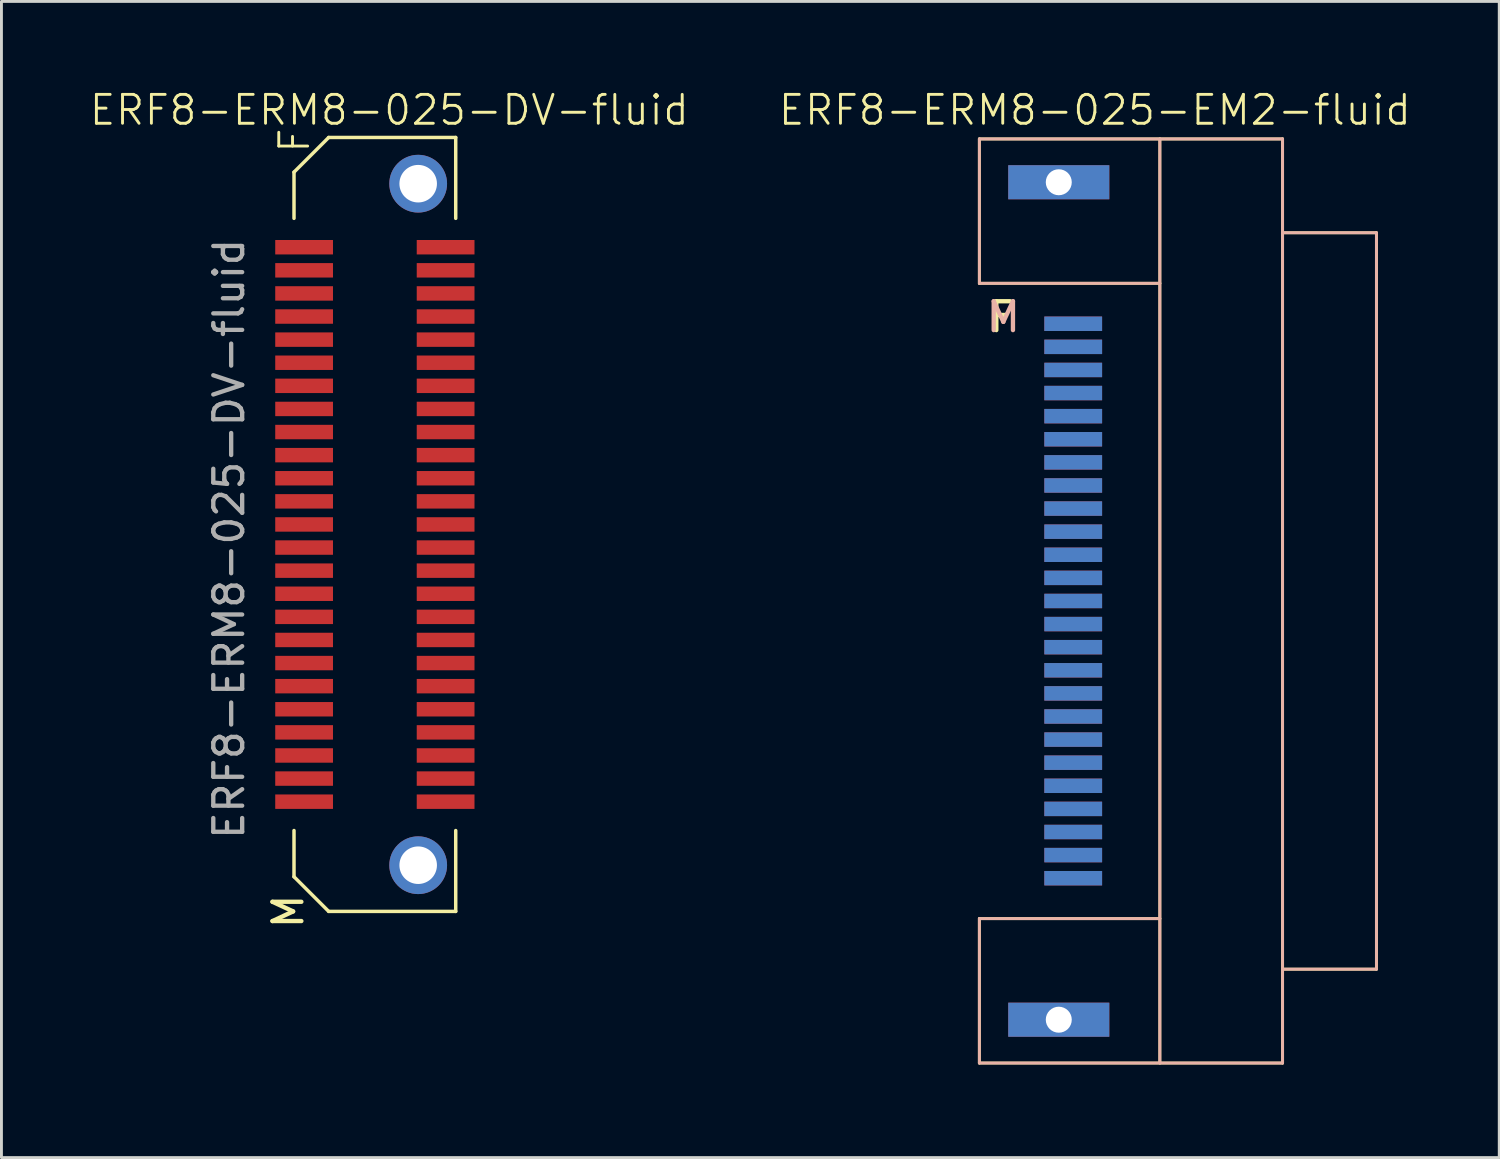
<source format=kicad_pcb>
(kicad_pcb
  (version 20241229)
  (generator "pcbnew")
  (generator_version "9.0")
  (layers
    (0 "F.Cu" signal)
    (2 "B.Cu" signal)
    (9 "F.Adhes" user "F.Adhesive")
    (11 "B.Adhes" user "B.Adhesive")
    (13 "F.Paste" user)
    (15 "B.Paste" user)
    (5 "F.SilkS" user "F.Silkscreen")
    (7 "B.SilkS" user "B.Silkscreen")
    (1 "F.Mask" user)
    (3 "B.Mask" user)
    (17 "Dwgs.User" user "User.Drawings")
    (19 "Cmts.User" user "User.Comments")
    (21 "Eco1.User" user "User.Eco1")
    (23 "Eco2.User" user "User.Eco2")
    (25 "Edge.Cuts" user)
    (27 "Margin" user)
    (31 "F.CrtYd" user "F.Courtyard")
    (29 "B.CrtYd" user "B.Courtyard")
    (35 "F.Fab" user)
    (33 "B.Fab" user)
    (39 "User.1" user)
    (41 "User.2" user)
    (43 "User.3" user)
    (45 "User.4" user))
  (footprint "ERF8-ERM8-025-DV-fluid"
    (layer "F.Cu")
    (at 9.931 15.111)
    (property "Reference" "ERF8-ERM8-025-DV-fluid" (at 0.5 -14.35 0) (unlocked yes) (layer "F.SilkS") (effects (font (size 1 1) (thickness 0.1))))
    (attr smd)
    (fp_line (start -2.8 10.599) (end -2.8 12.199) (stroke (width 0.12) (type solid)) (layer "F.SilkS"))
    (fp_line (start -2.8 12.199) (end -1.6 13.399) (stroke (width 0.12) (type solid)) (layer "F.SilkS"))
    (fp_line (start -2.8 -12.2) (end -1.6 -13.4) (stroke (width 0.12) (type solid)) (layer "F.SilkS"))
    (fp_line (start -2.8 -10.6) (end -2.8 -12.2) (stroke (width 0.12) (type solid)) (layer "F.SilkS"))
    (fp_line (start -1.6 13.399) (end 2.8 13.399) (stroke (width 0.12) (type solid)) (layer "F.SilkS"))
    (fp_line (start -1.6 -13.4) (end 2.8 -13.4) (stroke (width 0.12) (type solid)) (layer "F.SilkS"))
    (fp_line (start 2.8 -10.6) (end 2.8 -13.4) (stroke (width 0.12) (type solid)) (layer "F.SilkS"))
    (fp_line (start 2.8 10.6) (end 2.8 13.4) (stroke (width 0.12) (type solid)) (layer "F.SilkS"))
    (fp_text user "F" (at -2.2 -12.8 90) (unlocked yes) (layer "F.SilkS") (effects (font (size 1 1) (thickness 0.1)) (justify left bottom)))
    (fp_text user "M" (at -3 13.4 90) (unlocked yes) (layer "F.SilkS") (effects (font (size 1 1) (thickness 0.15))))
    (fp_text user "${REFERENCE}" (at -5.05 0.5 90) (unlocked yes) (layer "F.Fab") (effects (font (size 1 1) (thickness 0.15))))
    (pad "1" smd rect (at -2.45 -9.6) (size 2 0.5) (layers "F.Cu" "F.Mask" "F.Paste"))
    (pad "2" smd rect (at 2.45 -9.6) (size 2 0.5) (layers "F.Cu" "F.Mask" "F.Paste"))
    (pad "3" smd rect (at -2.45 -8.8) (size 2 0.5) (layers "F.Cu" "F.Mask" "F.Paste"))
    (pad "4" smd rect (at 2.45 -8.8) (size 2 0.5) (layers "F.Cu" "F.Mask" "F.Paste"))
    (pad "5" smd rect (at -2.45 -8) (size 2 0.5) (layers "F.Cu" "F.Mask" "F.Paste"))
    (pad "6" smd rect (at 2.45 -8) (size 2 0.5) (layers "F.Cu" "F.Mask" "F.Paste"))
    (pad "7" smd rect (at -2.45 -7.2) (size 2 0.5) (layers "F.Cu" "F.Mask" "F.Paste"))
    (pad "8" smd rect (at 2.45 -7.2) (size 2 0.5) (layers "F.Cu" "F.Mask" "F.Paste"))
    (pad "9" smd rect (at -2.45 -6.4) (size 2 0.5) (layers "F.Cu" "F.Mask" "F.Paste"))
    (pad "10" smd rect (at 2.45 -6.4) (size 2 0.5) (layers "F.Cu" "F.Mask" "F.Paste"))
    (pad "11" smd rect (at -2.45 -5.6) (size 2 0.5) (layers "F.Cu" "F.Mask" "F.Paste"))
    (pad "12" smd rect (at 2.45 -5.6) (size 2 0.5) (layers "F.Cu" "F.Mask" "F.Paste"))
    (pad "13" smd rect (at -2.45 -4.8) (size 2 0.5) (layers "F.Cu" "F.Mask" "F.Paste"))
    (pad "14" smd rect (at 2.45 -4.8) (size 2 0.5) (layers "F.Cu" "F.Mask" "F.Paste"))
    (pad "15" smd rect (at -2.45 -4) (size 2 0.5) (layers "F.Cu" "F.Mask" "F.Paste"))
    (pad "16" smd rect (at 2.45 -4) (size 2 0.5) (layers "F.Cu" "F.Mask" "F.Paste"))
    (pad "17" smd rect (at -2.45 -3.2) (size 2 0.5) (layers "F.Cu" "F.Mask" "F.Paste"))
    (pad "18" smd rect (at 2.45 -3.2) (size 2 0.5) (layers "F.Cu" "F.Mask" "F.Paste"))
    (pad "19" smd rect (at -2.45 -2.4) (size 2 0.5) (layers "F.Cu" "F.Mask" "F.Paste"))
    (pad "20" smd rect (at 2.45 -2.4) (size 2 0.5) (layers "F.Cu" "F.Mask" "F.Paste"))
    (pad "21" smd rect (at -2.45 -1.6) (size 2 0.5) (layers "F.Cu" "F.Mask" "F.Paste"))
    (pad "22" smd rect (at 2.45 -1.6) (size 2 0.5) (layers "F.Cu" "F.Mask" "F.Paste"))
    (pad "23" smd rect (at -2.45 -0.8) (size 2 0.5) (layers "F.Cu" "F.Mask" "F.Paste"))
    (pad "24" smd rect (at 2.45 -0.8) (size 2 0.5) (layers "F.Cu" "F.Mask" "F.Paste"))
    (pad "25" smd rect (at -2.45 0) (size 2 0.5) (layers "F.Cu" "F.Mask" "F.Paste"))
    (pad "26" smd rect (at 2.45 0) (size 2 0.5) (layers "F.Cu" "F.Mask" "F.Paste"))
    (pad "27" smd rect (at -2.45 0.8) (size 2 0.5) (layers "F.Cu" "F.Mask" "F.Paste"))
    (pad "28" smd rect (at 2.45 0.8) (size 2 0.5) (layers "F.Cu" "F.Mask" "F.Paste"))
    (pad "29" smd rect (at -2.45 1.6) (size 2 0.5) (layers "F.Cu" "F.Mask" "F.Paste"))
    (pad "30" smd rect (at 2.45 1.6) (size 2 0.5) (layers "F.Cu" "F.Mask" "F.Paste"))
    (pad "31" smd rect (at -2.45 2.4) (size 2 0.5) (layers "F.Cu" "F.Mask" "F.Paste"))
    (pad "32" smd rect (at 2.45 2.4) (size 2 0.5) (layers "F.Cu" "F.Mask" "F.Paste"))
    (pad "33" smd rect (at -2.45 3.2) (size 2 0.5) (layers "F.Cu" "F.Mask" "F.Paste"))
    (pad "34" smd rect (at 2.45 3.2) (size 2 0.5) (layers "F.Cu" "F.Mask" "F.Paste"))
    (pad "35" smd rect (at -2.45 4) (size 2 0.5) (layers "F.Cu" "F.Mask" "F.Paste"))
    (pad "36" smd rect (at 2.45 4) (size 2 0.5) (layers "F.Cu" "F.Mask" "F.Paste"))
    (pad "37" smd rect (at -2.45 4.8) (size 2 0.5) (layers "F.Cu" "F.Mask" "F.Paste"))
    (pad "38" smd rect (at 2.45 4.8) (size 2 0.5) (layers "F.Cu" "F.Mask" "F.Paste"))
    (pad "39" smd rect (at -2.45 5.6) (size 2 0.5) (layers "F.Cu" "F.Mask" "F.Paste"))
    (pad "40" smd rect (at 2.45 5.6) (size 2 0.5) (layers "F.Cu" "F.Mask" "F.Paste"))
    (pad "41" smd rect (at -2.45 6.4) (size 2 0.5) (layers "F.Cu" "F.Mask" "F.Paste"))
    (pad "42" smd rect (at 2.45 6.4) (size 2 0.5) (layers "F.Cu" "F.Mask" "F.Paste"))
    (pad "43" smd rect (at -2.45 7.2) (size 2 0.5) (layers "F.Cu" "F.Mask" "F.Paste"))
    (pad "44" smd rect (at 2.45 7.2) (size 2 0.5) (layers "F.Cu" "F.Mask" "F.Paste"))
    (pad "45" smd rect (at -2.45 8) (size 2 0.5) (layers "F.Cu" "F.Mask" "F.Paste"))
    (pad "46" smd rect (at 2.45 8) (size 2 0.5) (layers "F.Cu" "F.Mask" "F.Paste"))
    (pad "47" smd rect (at -2.45 8.8) (size 2 0.5) (layers "F.Cu" "F.Mask" "F.Paste"))
    (pad "48" smd rect (at 2.45 8.8) (size 2 0.5) (layers "F.Cu" "F.Mask" "F.Paste"))
    (pad "49" smd rect (at -2.45 9.6) (size 2 0.5) (layers "F.Cu" "F.Mask" "F.Paste"))
    (pad "50" smd rect (at 2.45 9.6) (size 2 0.5) (layers "F.Cu" "F.Mask" "F.Paste"))
    (pad "G1" thru_hole circle (at 1.5 11.8 180) (size 2 2) (drill 1.3) (layers "*.Cu" "*.Mask"))
    (pad "G2" thru_hole circle (at 1.5 -11.8 180) (size 2 2) (drill 1.3) (layers "*.Cu" "*.Mask")))
  (footprint "ERF8-ERM8-025-EM2-fluid"
    (layer "F.Cu")
    (at 37.114 17.761)
    (property "Reference" "ERF8-ERM8-025-EM2-fluid" (at -2.25 -17 0) (unlocked yes) (layer "F.SilkS") (effects (font (size 1 1) (thickness 0.1))))
    (attr through_hole)
    (fp_line (start -6.25 -16) (end 4.25 -16) (stroke (width 0.1) (type default)) (layer "F.SilkS"))
    (fp_line (start -6.25 -11) (end -6.25 -16) (stroke (width 0.1) (type default)) (layer "F.SilkS"))
    (fp_line (start -6.25 -11) (end 0 -11) (stroke (width 0.1) (type default)) (layer "F.SilkS"))
    (fp_line (start -6.25 11) (end 0 11) (stroke (width 0.1) (type default)) (layer "F.SilkS"))
    (fp_line (start -6.25 16) (end -6.25 11) (stroke (width 0.1) (type default)) (layer "F.SilkS"))
    (fp_line (start -6.25 16) (end 4.25 16) (stroke (width 0.1) (type default)) (layer "F.SilkS"))
    (fp_line (start 0 -16) (end 0 16) (stroke (width 0.1) (type default)) (layer "F.SilkS"))
    (fp_line (start 4.25 -16) (end 4.25 16) (stroke (width 0.1) (type default)) (layer "F.SilkS"))
    (fp_line (start 7.5 -12.75) (end 4.25 -12.75) (stroke (width 0.1) (type default)) (layer "F.SilkS"))
    (fp_line (start 7.5 -12.75) (end 7.5 12.75) (stroke (width 0.1) (type default)) (layer "F.SilkS"))
    (fp_line (start 7.5 12.75) (end 4.25 12.75) (stroke (width 0.1) (type default)) (layer "F.SilkS"))
    (fp_line (start -6.25 -11) (end -6.25 -16) (stroke (width 0.1) (type default)) (layer "B.SilkS"))
    (fp_line (start -6.25 16) (end -6.25 11) (stroke (width 0.1) (type default)) (layer "B.SilkS"))
    (fp_line (start 0 -16) (end 0 16) (stroke (width 0.1) (type default)) (layer "B.SilkS"))
    (fp_line (start 0 -11) (end -6.25 -11) (stroke (width 0.1) (type default)) (layer "B.SilkS"))
    (fp_line (start 0 11) (end -6.25 11) (stroke (width 0.1) (type default)) (layer "B.SilkS"))
    (fp_line (start 4.25 -16) (end -6.25 -16) (stroke (width 0.1) (type default)) (layer "B.SilkS"))
    (fp_line (start 4.25 -16) (end 4.25 16) (stroke (width 0.1) (type default)) (layer "B.SilkS"))
    (fp_line (start 4.25 -12.75) (end 7.5 -12.75) (stroke (width 0.1) (type default)) (layer "B.SilkS"))
    (fp_line (start 4.25 12.75) (end 7.5 12.75) (stroke (width 0.1) (type default)) (layer "B.SilkS"))
    (fp_line (start 4.25 16) (end -6.25 16) (stroke (width 0.1) (type default)) (layer "B.SilkS"))
    (fp_line (start 7.5 -12.75) (end 7.5 12.75) (stroke (width 0.1) (type default)) (layer "B.SilkS"))
    (fp_rect (start -4 -13) (end 0 -11) (stroke (width 0.05) (type default)) (fill no) (layer "User.1"))
    (fp_poly (pts (xy 0 -16.25) (xy 0.25 -16.25) (xy 0.25 16.25) (xy 0 16.25) (xy 0 -10.5) (xy -0.375 -10.875) (xy -4.125 -10.875) (xy -4.25 -11) (xy -4.25 -13) (xy -3.75 -13.5) (xy -2.75 -13.5) (xy -2.25 -13.125) (xy -0.375 -13.125) (xy 0 -13.5)) (stroke (width 0.05) (type solid)) (fill no) (layer "User.4"))
    (fp_text user "F" (at -6 -9.25 0) (unlocked yes) (layer "F.SilkS") (effects (font (size 1 1) (thickness 0.15)) (justify left bottom)))
    (fp_text user "M" (at -4.75 -9.25 0) (unlocked yes) (layer "B.SilkS") (effects (font (size 1 1) (thickness 0.15)) (justify left bottom mirror)))
    (pad "1" smd rect (at -3 -9.6) (size 2 0.5) (layers "F.Cu" "F.Mask" "F.Paste"))
    (pad "2" smd rect (at -3 -9.6) (size 2 0.5) (layers "B.Cu" "B.Mask" "B.Paste"))
    (pad "3" smd rect (at -3 -8.8) (size 2 0.5) (layers "F.Cu" "F.Mask" "F.Paste"))
    (pad "4" smd rect (at -3 -8.8) (size 2 0.5) (layers "B.Cu" "B.Mask" "B.Paste"))
    (pad "5" smd rect (at -3 -8) (size 2 0.5) (layers "F.Cu" "F.Mask" "F.Paste"))
    (pad "6" smd rect (at -3 -8) (size 2 0.5) (layers "B.Cu" "B.Mask" "B.Paste"))
    (pad "7" smd rect (at -3 -7.2) (size 2 0.5) (layers "F.Cu" "F.Mask" "F.Paste"))
    (pad "8" smd rect (at -3 -7.2) (size 2 0.5) (layers "B.Cu" "B.Mask" "B.Paste"))
    (pad "9" smd rect (at -3 -6.4) (size 2 0.5) (layers "F.Cu" "F.Mask" "F.Paste"))
    (pad "10" smd rect (at -3 -6.4) (size 2 0.5) (layers "B.Cu" "B.Mask" "B.Paste"))
    (pad "11" smd rect (at -3 -5.6) (size 2 0.5) (layers "F.Cu" "F.Mask" "F.Paste"))
    (pad "12" smd rect (at -3 -5.6) (size 2 0.5) (layers "B.Cu" "B.Mask" "B.Paste"))
    (pad "13" smd rect (at -3 -4.8) (size 2 0.5) (layers "F.Cu" "F.Mask" "F.Paste"))
    (pad "14" smd rect (at -3 -4.8) (size 2 0.5) (layers "B.Cu" "B.Mask" "B.Paste"))
    (pad "15" smd rect (at -3 -4) (size 2 0.5) (layers "F.Cu" "F.Mask" "F.Paste"))
    (pad "16" smd rect (at -3 -4) (size 2 0.5) (layers "B.Cu" "B.Mask" "B.Paste"))
    (pad "17" smd rect (at -3 -3.2) (size 2 0.5) (layers "F.Cu" "F.Mask" "F.Paste"))
    (pad "18" smd rect (at -3 -3.2) (size 2 0.5) (layers "B.Cu" "B.Mask" "B.Paste"))
    (pad "19" smd rect (at -3 -2.4) (size 2 0.5) (layers "F.Cu" "F.Mask" "F.Paste"))
    (pad "20" smd rect (at -3 -2.4) (size 2 0.5) (layers "B.Cu" "B.Mask" "B.Paste"))
    (pad "21" smd rect (at -3 -1.6) (size 2 0.5) (layers "F.Cu" "F.Mask" "F.Paste"))
    (pad "22" smd rect (at -3 -1.6) (size 2 0.5) (layers "B.Cu" "B.Mask" "B.Paste"))
    (pad "23" smd rect (at -3 -0.8) (size 2 0.5) (layers "F.Cu" "F.Mask" "F.Paste"))
    (pad "24" smd rect (at -3 -0.8) (size 2 0.5) (layers "B.Cu" "B.Mask" "B.Paste"))
    (pad "25" smd rect (at -3 0) (size 2 0.5) (layers "F.Cu" "F.Mask" "F.Paste"))
    (pad "26" smd rect (at -3 0) (size 2 0.5) (layers "B.Cu" "B.Mask" "B.Paste"))
    (pad "27" smd rect (at -3 0.8) (size 2 0.5) (layers "F.Cu" "F.Mask" "F.Paste"))
    (pad "28" smd rect (at -3 0.8) (size 2 0.5) (layers "B.Cu" "B.Mask" "B.Paste"))
    (pad "29" smd rect (at -3 1.6) (size 2 0.5) (layers "F.Cu" "F.Mask" "F.Paste"))
    (pad "30" smd rect (at -3 1.6) (size 2 0.5) (layers "B.Cu" "B.Mask" "B.Paste"))
    (pad "31" smd rect (at -3 2.4) (size 2 0.5) (layers "F.Cu" "F.Mask" "F.Paste"))
    (pad "32" smd rect (at -3 2.4) (size 2 0.5) (layers "B.Cu" "B.Mask" "B.Paste"))
    (pad "33" smd rect (at -3 3.2) (size 2 0.5) (layers "F.Cu" "F.Mask" "F.Paste"))
    (pad "34" smd rect (at -3 3.2) (size 2 0.5) (layers "B.Cu" "B.Mask" "B.Paste"))
    (pad "35" smd rect (at -3 4) (size 2 0.5) (layers "F.Cu" "F.Mask" "F.Paste"))
    (pad "36" smd rect (at -3 4) (size 2 0.5) (layers "B.Cu" "B.Mask" "B.Paste"))
    (pad "37" smd rect (at -3 4.8) (size 2 0.5) (layers "F.Cu" "F.Mask" "F.Paste"))
    (pad "38" smd rect (at -3 4.8) (size 2 0.5) (layers "B.Cu" "B.Mask" "B.Paste"))
    (pad "39" smd rect (at -3 5.6) (size 2 0.5) (layers "F.Cu" "F.Mask" "F.Paste"))
    (pad "40" smd rect (at -3 5.6) (size 2 0.5) (layers "B.Cu" "B.Mask" "B.Paste"))
    (pad "41" smd rect (at -3 6.4) (size 2 0.5) (layers "F.Cu" "F.Mask" "F.Paste"))
    (pad "42" smd rect (at -3 6.4) (size 2 0.5) (layers "B.Cu" "B.Mask" "B.Paste"))
    (pad "43" smd rect (at -3 7.2) (size 2 0.5) (layers "F.Cu" "F.Mask" "F.Paste"))
    (pad "44" smd rect (at -3 7.2) (size 2 0.5) (layers "B.Cu" "B.Mask" "B.Paste"))
    (pad "45" smd rect (at -3 8) (size 2 0.5) (layers "F.Cu" "F.Mask" "F.Paste"))
    (pad "46" smd rect (at -3 8) (size 2 0.5) (layers "B.Cu" "B.Mask" "B.Paste"))
    (pad "47" smd rect (at -3 8.8) (size 2 0.5) (layers "F.Cu" "F.Mask" "F.Paste"))
    (pad "48" smd rect (at -3 8.8) (size 2 0.5) (layers "B.Cu" "B.Mask" "B.Paste"))
    (pad "49" smd rect (at -3 9.6) (size 2 0.5) (layers "F.Cu" "F.Mask" "F.Paste"))
    (pad "50" smd rect (at -3 9.6) (size 2 0.5) (layers "B.Cu" "B.Mask" "B.Paste"))
    (pad "G1" thru_hole rect (at -3.5 14.5 180) (size 3.5 1.18) (drill 0.9) (layers "*.Cu" "*.Mask"))
    (pad "G2" thru_hole rect (at -3.5 -14.5 180) (size 3.5 1.18) (drill 0.9) (layers "*.Cu" "*.Mask")))
  (gr_rect
    (start -3 -3)
    (end 48.867 37.035)
    (stroke (width 0.1) (type default))
    (fill no)
    (layer "Edge.Cuts")))
</source>
